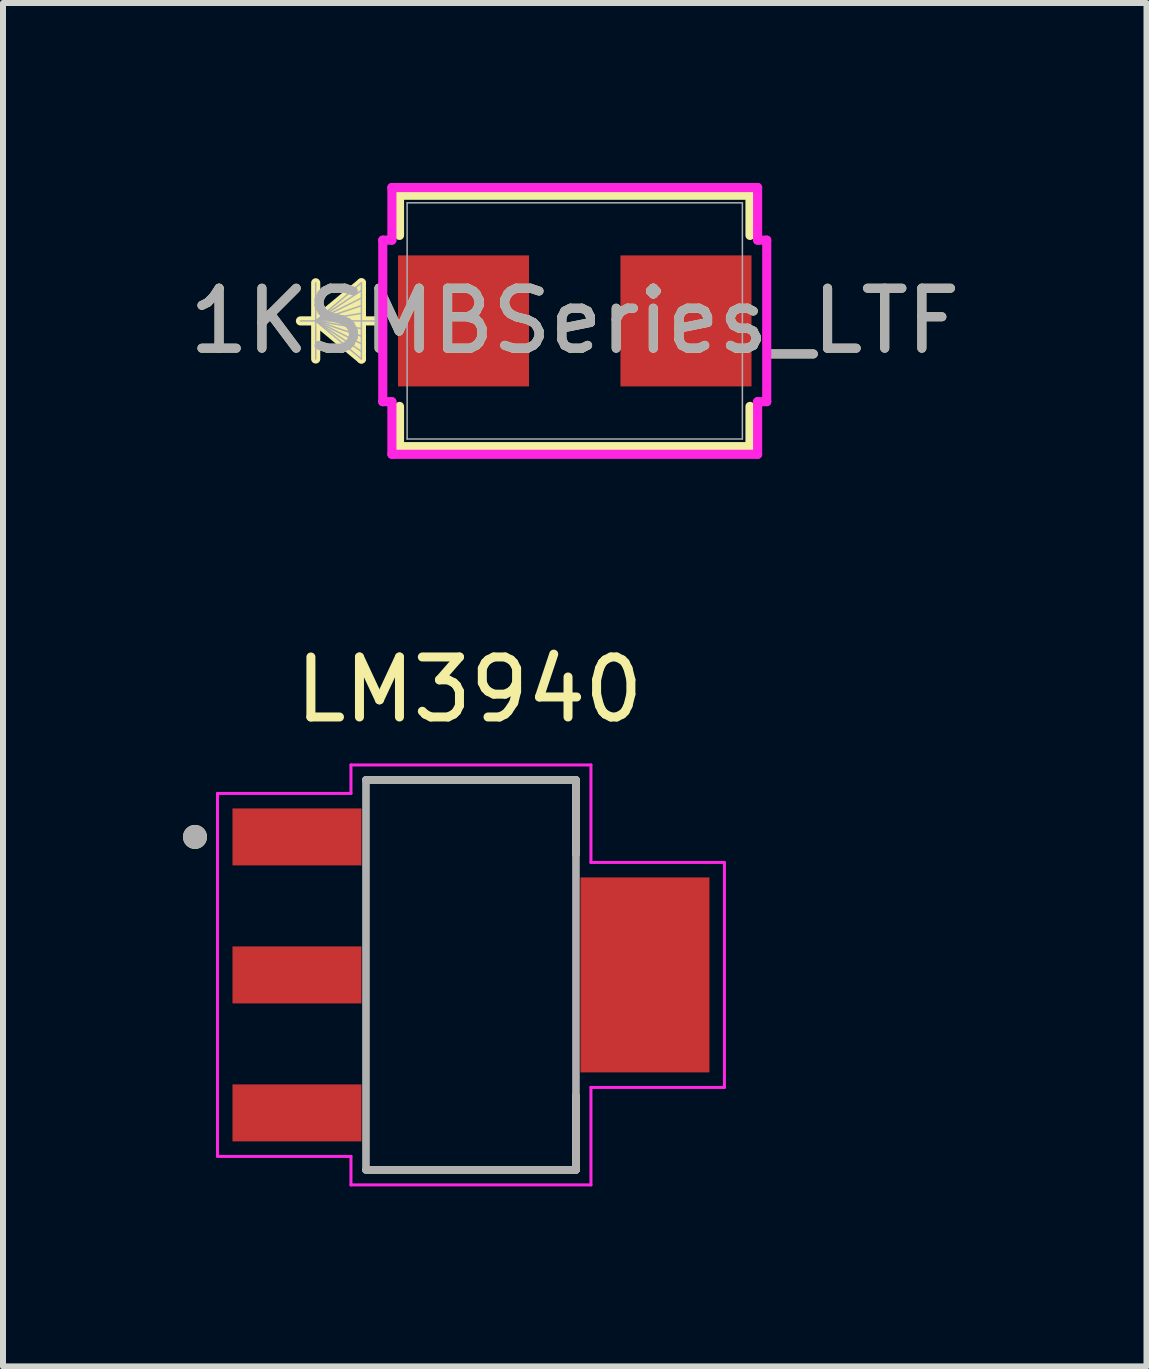
<source format=kicad_pcb>
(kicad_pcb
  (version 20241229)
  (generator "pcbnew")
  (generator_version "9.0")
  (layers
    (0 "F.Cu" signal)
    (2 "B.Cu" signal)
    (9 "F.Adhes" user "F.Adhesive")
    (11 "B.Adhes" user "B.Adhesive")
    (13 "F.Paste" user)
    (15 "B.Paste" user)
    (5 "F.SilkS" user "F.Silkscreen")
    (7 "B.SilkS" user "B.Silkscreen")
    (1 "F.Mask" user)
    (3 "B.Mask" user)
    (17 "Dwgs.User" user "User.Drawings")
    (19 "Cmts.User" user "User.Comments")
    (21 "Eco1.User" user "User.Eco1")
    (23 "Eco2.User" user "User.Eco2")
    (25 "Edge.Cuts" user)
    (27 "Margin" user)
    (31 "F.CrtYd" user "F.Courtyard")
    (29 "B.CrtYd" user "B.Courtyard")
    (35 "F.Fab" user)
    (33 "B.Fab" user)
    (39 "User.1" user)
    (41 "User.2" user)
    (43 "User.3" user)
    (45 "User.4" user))
  (footprint "1KSMBSeries_LTF"
    (layer "F.Cu")
    (at 6.53 2.299)
    (property "Reference" "1KSMBSeries_LTF" (at 0 0 0) (unlocked yes) (layer "F.SilkS") (effects (font (size 1 1) (thickness 0.15))))
    (attr smd)
    (fp_line (start -4.318 -0.635) (end -4.318 0.635) (stroke (width 0.152) (type solid)) (layer "F.SilkS"))
    (fp_line (start -4.318 0) (end -3.556 -0.635) (stroke (width 0.152) (type solid)) (layer "F.SilkS"))
    (fp_line (start -4.318 0) (end -3.556 -0.508) (stroke (width 0.152) (type solid)) (layer "F.SilkS"))
    (fp_line (start -4.318 0) (end -3.556 -0.381) (stroke (width 0.152) (type solid)) (layer "F.SilkS"))
    (fp_line (start -4.318 0) (end -3.556 -0.254) (stroke (width 0.152) (type solid)) (layer "F.SilkS"))
    (fp_line (start -4.318 0) (end -3.556 -0.127) (stroke (width 0.152) (type solid)) (layer "F.SilkS"))
    (fp_line (start -4.318 0) (end -3.556 0.127) (stroke (width 0.152) (type solid)) (layer "F.SilkS"))
    (fp_line (start -4.318 0) (end -3.556 0.254) (stroke (width 0.152) (type solid)) (layer "F.SilkS"))
    (fp_line (start -4.318 0) (end -3.556 0.381) (stroke (width 0.152) (type solid)) (layer "F.SilkS"))
    (fp_line (start -4.318 0) (end -3.556 0.508) (stroke (width 0.152) (type solid)) (layer "F.SilkS"))
    (fp_line (start -4.318 0) (end -3.556 0.635) (stroke (width 0.152) (type solid)) (layer "F.SilkS"))
    (fp_line (start -3.556 -0.635) (end -3.556 0.635) (stroke (width 0.152) (type solid)) (layer "F.SilkS"))
    (fp_line (start -3.302 0) (end -4.572 0) (stroke (width 0.152) (type solid)) (layer "F.SilkS"))
    (fp_line (start -2.921 -2.095) (end -2.921 -1.425) (stroke (width 0.152) (type solid)) (layer "F.SilkS"))
    (fp_line (start -2.921 1.425) (end -2.921 2.095) (stroke (width 0.152) (type solid)) (layer "F.SilkS"))
    (fp_line (start -2.921 2.095) (end 2.921 2.095) (stroke (width 0.152) (type solid)) (layer "F.SilkS"))
    (fp_line (start 2.921 -2.095) (end -2.921 -2.095) (stroke (width 0.152) (type solid)) (layer "F.SilkS"))
    (fp_line (start 2.921 -1.425) (end 2.921 -2.095) (stroke (width 0.152) (type solid)) (layer "F.SilkS"))
    (fp_line (start 2.921 2.095) (end 2.921 1.425) (stroke (width 0.152) (type solid)) (layer "F.SilkS"))
    (fp_line (start -3.2 -1.346) (end -3.048 -1.346) (stroke (width 0.152) (type solid)) (layer "F.CrtYd"))
    (fp_line (start -3.2 1.346) (end -3.2 -1.346) (stroke (width 0.152) (type solid)) (layer "F.CrtYd"))
    (fp_line (start -3.048 -2.223) (end 3.048 -2.223) (stroke (width 0.152) (type solid)) (layer "F.CrtYd"))
    (fp_line (start -3.048 -1.346) (end -3.048 -2.223) (stroke (width 0.152) (type solid)) (layer "F.CrtYd"))
    (fp_line (start -3.048 1.346) (end -3.2 1.346) (stroke (width 0.152) (type solid)) (layer "F.CrtYd"))
    (fp_line (start -3.048 2.223) (end -3.048 1.346) (stroke (width 0.152) (type solid)) (layer "F.CrtYd"))
    (fp_line (start 3.048 -2.223) (end 3.048 -1.346) (stroke (width 0.152) (type solid)) (layer "F.CrtYd"))
    (fp_line (start 3.048 -1.346) (end 3.2 -1.346) (stroke (width 0.152) (type solid)) (layer "F.CrtYd"))
    (fp_line (start 3.048 1.346) (end 3.048 2.223) (stroke (width 0.152) (type solid)) (layer "F.CrtYd"))
    (fp_line (start 3.048 2.223) (end -3.048 2.223) (stroke (width 0.152) (type solid)) (layer "F.CrtYd"))
    (fp_line (start 3.2 -1.346) (end 3.2 1.346) (stroke (width 0.152) (type solid)) (layer "F.CrtYd"))
    (fp_line (start 3.2 1.346) (end 3.048 1.346) (stroke (width 0.152) (type solid)) (layer "F.CrtYd"))
    (fp_line (start -4.318 -0.635) (end -4.318 0.635) (stroke (width 0.025) (type solid)) (layer "F.Fab"))
    (fp_line (start -4.318 0) (end -3.556 -0.635) (stroke (width 0.025) (type solid)) (layer "F.Fab"))
    (fp_line (start -4.318 0) (end -3.556 -0.508) (stroke (width 0.025) (type solid)) (layer "F.Fab"))
    (fp_line (start -4.318 0) (end -3.556 -0.381) (stroke (width 0.025) (type solid)) (layer "F.Fab"))
    (fp_line (start -4.318 0) (end -3.556 -0.254) (stroke (width 0.025) (type solid)) (layer "F.Fab"))
    (fp_line (start -4.318 0) (end -3.556 -0.127) (stroke (width 0.025) (type solid)) (layer "F.Fab"))
    (fp_line (start -4.318 0) (end -3.556 0.127) (stroke (width 0.025) (type solid)) (layer "F.Fab"))
    (fp_line (start -4.318 0) (end -3.556 0.254) (stroke (width 0.025) (type solid)) (layer "F.Fab"))
    (fp_line (start -4.318 0) (end -3.556 0.381) (stroke (width 0.025) (type solid)) (layer "F.Fab"))
    (fp_line (start -4.318 0) (end -3.556 0.508) (stroke (width 0.025) (type solid)) (layer "F.Fab"))
    (fp_line (start -4.318 0) (end -3.556 0.635) (stroke (width 0.025) (type solid)) (layer "F.Fab"))
    (fp_line (start -3.556 -0.635) (end -3.556 0.635) (stroke (width 0.025) (type solid)) (layer "F.Fab"))
    (fp_line (start -3.302 0) (end -4.572 0) (stroke (width 0.025) (type solid)) (layer "F.Fab"))
    (fp_line (start -2.794 -1.968) (end -2.794 1.968) (stroke (width 0.025) (type solid)) (layer "F.Fab"))
    (fp_line (start -2.794 1.968) (end 2.794 1.968) (stroke (width 0.025) (type solid)) (layer "F.Fab"))
    (fp_line (start 2.794 -1.968) (end -2.794 -1.968) (stroke (width 0.025) (type solid)) (layer "F.Fab"))
    (fp_line (start 2.794 1.968) (end 2.794 -1.968) (stroke (width 0.025) (type solid)) (layer "F.Fab"))
    (fp_text user "${REFERENCE}" (at 0 0 0) (unlocked yes) (layer "F.Fab") (effects (font (size 1 1) (thickness 0.15))))
    (pad "1" smd rect (at -1.854 0 90) (size 2.184 2.184) (layers "F.Cu" "F.Mask" "F.Paste"))
    (pad "2" smd rect (at 1.854 0 90) (size 2.184 2.184) (layers "F.Cu" "F.Mask" "F.Paste"))
    (zone (net_name "") (layer "F.Cu") (hatch full 0.508) (connect_pads) (min_thickness 0.254) (filled_areas_thickness no) (keepout (tracks not_allowed) (vias not_allowed) (pads allowed) (copperpour not_allowed) (footprints allowed)) (placement (enabled no)) (fill) (polygon (pts (xy 3.787 0.381) (xy 9.273 0.381) (xy 9.273 1.156) (xy 3.787 1.156))))
    (zone (net_name "") (layer "F.Cu") (hatch full 0.508) (connect_pads) (min_thickness 0.254) (filled_areas_thickness no) (keepout (tracks not_allowed) (vias not_allowed) (pads allowed) (copperpour not_allowed) (footprints allowed)) (placement (enabled no)) (fill) (polygon (pts (xy 3.787 3.442) (xy 9.273 3.442) (xy 9.273 4.216) (xy 3.787 4.216))))
    (zone (net_name "") (layer "F.Cu") (hatch full 0.508) (connect_pads) (min_thickness 0.254) (filled_areas_thickness no) (keepout (tracks not_allowed) (vias not_allowed) (pads allowed) (copperpour not_allowed) (footprints allowed)) (placement (enabled no)) (fill) (polygon (pts (xy 5.819 1.156) (xy 7.241 1.156) (xy 7.241 3.442) (xy 5.819 3.442)))))
  (footprint "LM3940"
    (layer "F.Cu")
    (at 4.8 13.2)
    (property "Reference" "LM3940" (at -0.025 -4.754 0) (layer "F.SilkS") (effects (font (size 1 1) (thickness 0.15))))
    (attr smd)
    (fp_line (start -1.75 -3.25) (end 1.75 -3.25) (stroke (width 0.127) (type solid)) (layer "F.SilkS"))
    (fp_line (start -1.75 3.25) (end 1.75 3.25) (stroke (width 0.127) (type solid)) (layer "F.SilkS"))
    (fp_line (start 1.75 -3.25) (end 1.75 -2.01) (stroke (width 0.127) (type solid)) (layer "F.SilkS"))
    (fp_line (start 1.75 3.25) (end 1.75 2.01) (stroke (width 0.127) (type solid)) (layer "F.SilkS"))
    (fp_circle (center -4.6 -2.3) (end -4.5 -2.3) (stroke (width 0.2) (type solid)) (fill no) (layer "F.SilkS"))
    (fp_line (start -4.225 -3.025) (end -4.225 3.025) (stroke (width 0.05) (type solid)) (layer "F.CrtYd"))
    (fp_line (start -4.225 3.025) (end -2 3.025) (stroke (width 0.05) (type solid)) (layer "F.CrtYd"))
    (fp_line (start -2 -3.5) (end -2 -3.025) (stroke (width 0.05) (type solid)) (layer "F.CrtYd"))
    (fp_line (start -2 -3.025) (end -4.225 -3.025) (stroke (width 0.05) (type solid)) (layer "F.CrtYd"))
    (fp_line (start -2 3.025) (end -2 3.5) (stroke (width 0.05) (type solid)) (layer "F.CrtYd"))
    (fp_line (start -2 3.5) (end 2 3.5) (stroke (width 0.05) (type solid)) (layer "F.CrtYd"))
    (fp_line (start 2 -3.5) (end -2 -3.5) (stroke (width 0.05) (type solid)) (layer "F.CrtYd"))
    (fp_line (start 2 -1.875) (end 2 -3.5) (stroke (width 0.05) (type solid)) (layer "F.CrtYd"))
    (fp_line (start 2 1.875) (end 4.225 1.875) (stroke (width 0.05) (type solid)) (layer "F.CrtYd"))
    (fp_line (start 2 3.5) (end 2 1.875) (stroke (width 0.05) (type solid)) (layer "F.CrtYd"))
    (fp_line (start 4.225 -1.875) (end 2 -1.875) (stroke (width 0.05) (type solid)) (layer "F.CrtYd"))
    (fp_line (start 4.225 1.875) (end 4.225 -1.875) (stroke (width 0.05) (type solid)) (layer "F.CrtYd"))
    (fp_line (start -1.75 -3.25) (end -1.75 3.25) (stroke (width 0.127) (type solid)) (layer "F.Fab"))
    (fp_line (start 1.75 -3.25) (end -1.75 -3.25) (stroke (width 0.127) (type solid)) (layer "F.Fab"))
    (fp_line (start 1.75 -3.25) (end 1.75 3.25) (stroke (width 0.127) (type solid)) (layer "F.Fab"))
    (fp_line (start 1.75 3.25) (end -1.75 3.25) (stroke (width 0.127) (type solid)) (layer "F.Fab"))
    (fp_circle (center -4.6 -2.3) (end -4.5 -2.3) (stroke (width 0.2) (type solid)) (fill no) (layer "F.Fab"))
    (pad "1" smd rect (at -2.9 -2.3) (size 2.15 0.95) (layers "F.Cu" "F.Mask" "F.Paste"))
    (pad "2" smd rect (at -2.9 0) (size 2.15 0.95) (layers "F.Cu" "F.Mask" "F.Paste"))
    (pad "3" smd rect (at -2.9 2.3) (size 2.15 0.95) (layers "F.Cu" "F.Mask" "F.Paste"))
    (pad "4" smd rect (at 2.9 0) (size 2.15 3.25) (layers "F.Cu" "F.Mask" "F.Paste")))
  (gr_rect
    (start -3 -3)
    (end 16.06 19.725)
    (stroke (width 0.1) (type default))
    (fill no)
    (layer "Edge.Cuts")))
</source>
